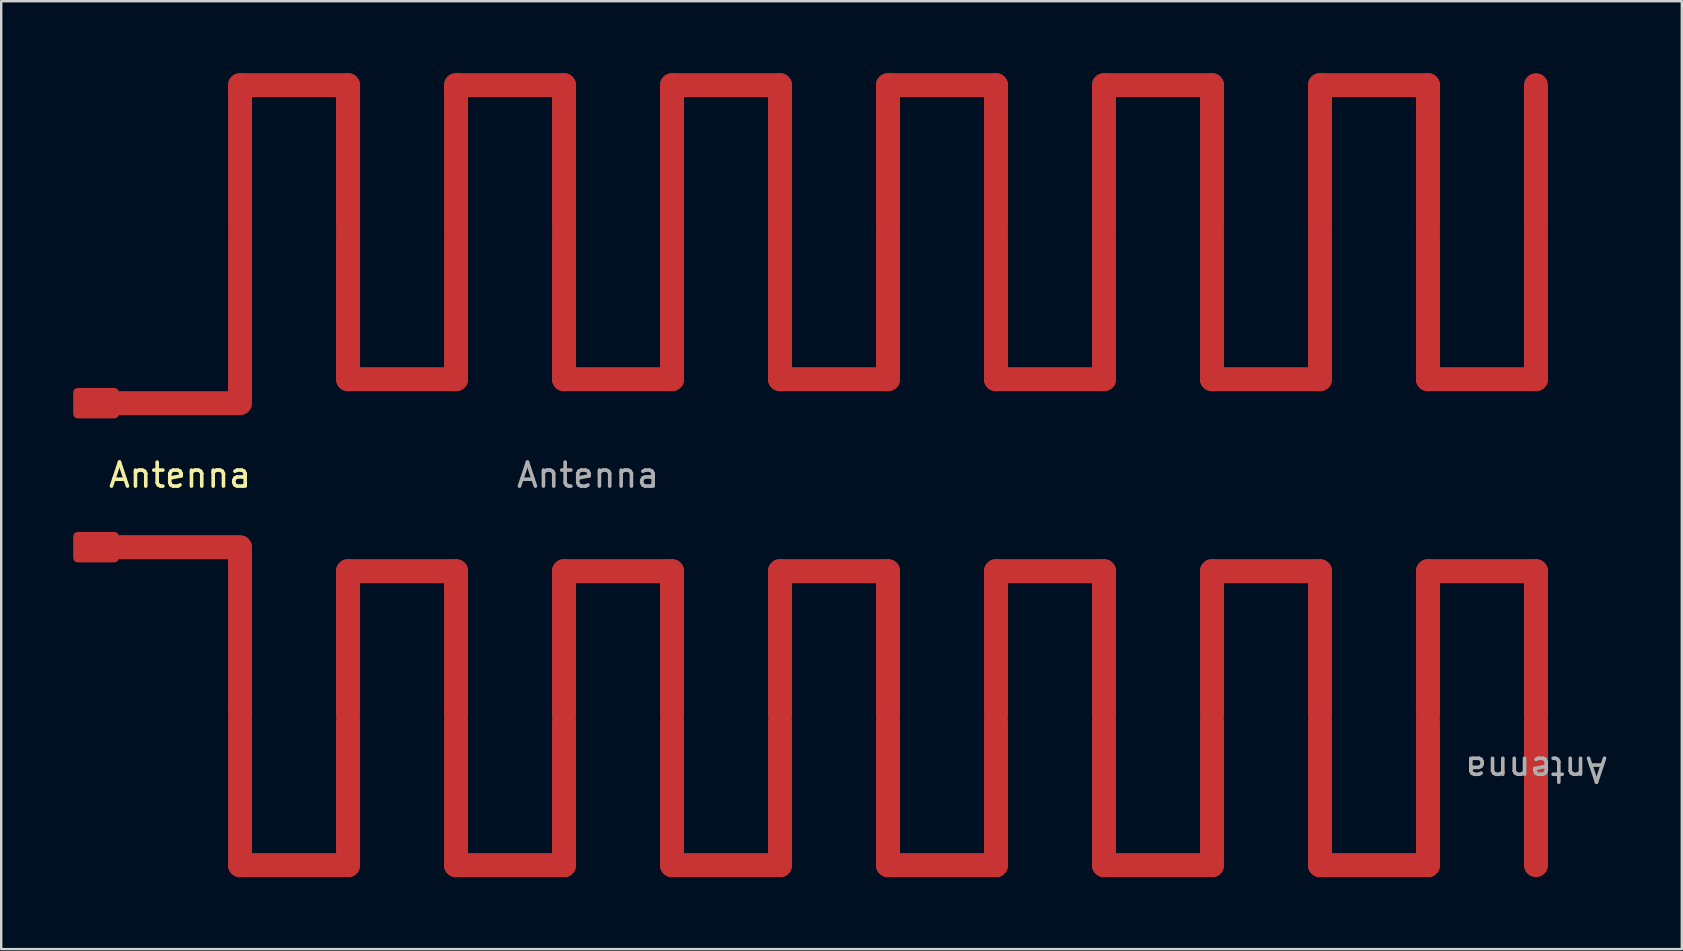
<source format=kicad_pcb>
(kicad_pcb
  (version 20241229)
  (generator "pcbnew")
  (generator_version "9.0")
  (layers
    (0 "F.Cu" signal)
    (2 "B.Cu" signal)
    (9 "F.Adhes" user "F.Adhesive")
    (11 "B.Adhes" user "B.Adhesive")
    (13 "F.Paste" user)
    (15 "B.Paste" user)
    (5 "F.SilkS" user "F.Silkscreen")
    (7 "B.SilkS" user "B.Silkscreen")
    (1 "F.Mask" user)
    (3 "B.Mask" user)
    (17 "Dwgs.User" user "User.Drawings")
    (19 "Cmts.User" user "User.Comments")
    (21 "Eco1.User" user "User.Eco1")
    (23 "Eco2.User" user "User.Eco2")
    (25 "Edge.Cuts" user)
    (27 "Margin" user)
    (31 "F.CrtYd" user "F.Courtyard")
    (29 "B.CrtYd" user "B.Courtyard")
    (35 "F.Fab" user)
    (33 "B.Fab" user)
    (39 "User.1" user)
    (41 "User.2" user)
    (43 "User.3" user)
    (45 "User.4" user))
  (footprint "Antenna"
    (layer "F.Cu")
    (at 6.952 16.75)
    (property "Reference" "Antenna" (at -2.5 0 0) (unlocked yes) (layer "F.SilkS") (effects (font (size 1 1) (thickness 0.15))))
    (attr smd)
    (fp_line (start -5 3) (end 0 3) (stroke (width 1) (type solid)) (layer "F.Cu"))
    (fp_line (start 0 -10.25) (end 0 -16.25) (stroke (width 1) (type solid)) (layer "F.Cu"))
    (fp_line (start 0 -3.25) (end 0 -10) (stroke (width 1) (type solid)) (layer "F.Cu"))
    (fp_line (start 0 -3) (end -5.048 -3) (stroke (width 1) (type solid)) (layer "F.Cu"))
    (fp_line (start 0 3.25) (end 0 10) (stroke (width 1) (type solid)) (layer "F.Cu"))
    (fp_line (start 0 10.25) (end 0 16.25) (stroke (width 1) (type solid)) (layer "F.Cu"))
    (fp_line (start 4.5 -16.25) (end 0 -16.25) (stroke (width 1) (type solid)) (layer "F.Cu"))
    (fp_line (start 4.5 -10.25) (end 4.5 -16.25) (stroke (width 1) (type solid)) (layer "F.Cu"))
    (fp_line (start 4.5 -4) (end 4.5 -10) (stroke (width 1) (type solid)) (layer "F.Cu"))
    (fp_line (start 4.5 -4) (end 9 -4) (stroke (width 1) (type solid)) (layer "F.Cu"))
    (fp_line (start 4.5 4) (end 4.5 10) (stroke (width 1) (type solid)) (layer "F.Cu"))
    (fp_line (start 4.5 4) (end 9 4) (stroke (width 1) (type solid)) (layer "F.Cu"))
    (fp_line (start 4.5 10.25) (end 4.5 16.25) (stroke (width 1) (type solid)) (layer "F.Cu"))
    (fp_line (start 4.5 16.25) (end 0 16.25) (stroke (width 1) (type solid)) (layer "F.Cu"))
    (fp_line (start 9 -16.25) (end 13.5 -16.25) (stroke (width 1) (type solid)) (layer "F.Cu"))
    (fp_line (start 9 -10.25) (end 9 -16.25) (stroke (width 1) (type solid)) (layer "F.Cu"))
    (fp_line (start 9 -4) (end 9 -10) (stroke (width 1) (type solid)) (layer "F.Cu"))
    (fp_line (start 9 4) (end 9 10) (stroke (width 1) (type solid)) (layer "F.Cu"))
    (fp_line (start 9 10.25) (end 9 16.25) (stroke (width 1) (type solid)) (layer "F.Cu"))
    (fp_line (start 9 16.25) (end 13.5 16.25) (stroke (width 1) (type solid)) (layer "F.Cu"))
    (fp_line (start 13.5 -10.25) (end 13.5 -16.25) (stroke (width 1) (type solid)) (layer "F.Cu"))
    (fp_line (start 13.5 -4) (end 13.5 -10) (stroke (width 1) (type solid)) (layer "F.Cu"))
    (fp_line (start 13.5 -4) (end 18 -4) (stroke (width 1) (type solid)) (layer "F.Cu"))
    (fp_line (start 13.5 4) (end 13.5 10) (stroke (width 1) (type solid)) (layer "F.Cu"))
    (fp_line (start 13.5 4) (end 18 4) (stroke (width 1) (type solid)) (layer "F.Cu"))
    (fp_line (start 13.5 10.25) (end 13.5 16.25) (stroke (width 1) (type solid)) (layer "F.Cu"))
    (fp_line (start 18 -16.25) (end 22.5 -16.25) (stroke (width 1) (type solid)) (layer "F.Cu"))
    (fp_line (start 18 -10.25) (end 18 -16.25) (stroke (width 1) (type solid)) (layer "F.Cu"))
    (fp_line (start 18 -4) (end 18 -10) (stroke (width 1) (type solid)) (layer "F.Cu"))
    (fp_line (start 18 4) (end 18 10) (stroke (width 1) (type solid)) (layer "F.Cu"))
    (fp_line (start 18 10.25) (end 18 16.25) (stroke (width 1) (type solid)) (layer "F.Cu"))
    (fp_line (start 18 16.25) (end 22.5 16.25) (stroke (width 1) (type solid)) (layer "F.Cu"))
    (fp_line (start 22.5 -10.25) (end 22.5 -16.25) (stroke (width 1) (type solid)) (layer "F.Cu"))
    (fp_line (start 22.5 -4) (end 22.5 -10) (stroke (width 1) (type solid)) (layer "F.Cu"))
    (fp_line (start 22.5 -4) (end 27 -4) (stroke (width 1) (type solid)) (layer "F.Cu"))
    (fp_line (start 22.5 4) (end 22.5 10) (stroke (width 1) (type solid)) (layer "F.Cu"))
    (fp_line (start 22.5 4) (end 27 4) (stroke (width 1) (type solid)) (layer "F.Cu"))
    (fp_line (start 22.5 10.25) (end 22.5 16.25) (stroke (width 1) (type solid)) (layer "F.Cu"))
    (fp_line (start 27 -16.25) (end 31.5 -16.25) (stroke (width 1) (type solid)) (layer "F.Cu"))
    (fp_line (start 27 -10.25) (end 27 -16.25) (stroke (width 1) (type solid)) (layer "F.Cu"))
    (fp_line (start 27 -4) (end 27 -10) (stroke (width 1) (type solid)) (layer "F.Cu"))
    (fp_line (start 27 4) (end 27 10) (stroke (width 1) (type solid)) (layer "F.Cu"))
    (fp_line (start 27 10.25) (end 27 16.25) (stroke (width 1) (type solid)) (layer "F.Cu"))
    (fp_line (start 27 16.25) (end 31.5 16.25) (stroke (width 1) (type solid)) (layer "F.Cu"))
    (fp_line (start 31.5 -10.25) (end 31.5 -16.25) (stroke (width 1) (type solid)) (layer "F.Cu"))
    (fp_line (start 31.5 -4) (end 31.5 -10) (stroke (width 1) (type solid)) (layer "F.Cu"))
    (fp_line (start 31.5 -4) (end 36 -4) (stroke (width 1) (type solid)) (layer "F.Cu"))
    (fp_line (start 31.5 4) (end 31.5 10) (stroke (width 1) (type solid)) (layer "F.Cu"))
    (fp_line (start 31.5 4) (end 36 4) (stroke (width 1) (type solid)) (layer "F.Cu"))
    (fp_line (start 31.5 10.25) (end 31.5 16.25) (stroke (width 1) (type solid)) (layer "F.Cu"))
    (fp_line (start 36 -16.25) (end 40.5 -16.25) (stroke (width 1) (type solid)) (layer "F.Cu"))
    (fp_line (start 36 -10.25) (end 36 -16.25) (stroke (width 1) (type solid)) (layer "F.Cu"))
    (fp_line (start 36 -4) (end 36 -10) (stroke (width 1) (type solid)) (layer "F.Cu"))
    (fp_line (start 36 4) (end 36 10) (stroke (width 1) (type solid)) (layer "F.Cu"))
    (fp_line (start 36 10.25) (end 36 16.25) (stroke (width 1) (type solid)) (layer "F.Cu"))
    (fp_line (start 36 16.25) (end 40.5 16.25) (stroke (width 1) (type solid)) (layer "F.Cu"))
    (fp_line (start 40.5 -10.25) (end 40.5 -16.25) (stroke (width 1) (type solid)) (layer "F.Cu"))
    (fp_line (start 40.5 -4) (end 40.5 -10) (stroke (width 1) (type solid)) (layer "F.Cu"))
    (fp_line (start 40.5 -4) (end 45 -4) (stroke (width 1) (type solid)) (layer "F.Cu"))
    (fp_line (start 40.5 4) (end 40.5 10) (stroke (width 1) (type solid)) (layer "F.Cu"))
    (fp_line (start 40.5 4) (end 45 4) (stroke (width 1) (type solid)) (layer "F.Cu"))
    (fp_line (start 40.5 10.25) (end 40.5 16.25) (stroke (width 1) (type solid)) (layer "F.Cu"))
    (fp_line (start 45 -16.25) (end 49.5 -16.25) (stroke (width 1) (type solid)) (layer "F.Cu"))
    (fp_line (start 45 -10.25) (end 45 -16.25) (stroke (width 1) (type solid)) (layer "F.Cu"))
    (fp_line (start 45 -4) (end 45 -10) (stroke (width 1) (type solid)) (layer "F.Cu"))
    (fp_line (start 45 4) (end 45 10) (stroke (width 1) (type solid)) (layer "F.Cu"))
    (fp_line (start 45 10.25) (end 45 16.25) (stroke (width 1) (type solid)) (layer "F.Cu"))
    (fp_line (start 45 16.25) (end 49.5 16.25) (stroke (width 1) (type solid)) (layer "F.Cu"))
    (fp_line (start 49.5 -10.25) (end 49.5 -16.25) (stroke (width 1) (type solid)) (layer "F.Cu"))
    (fp_line (start 49.5 -4) (end 49.5 -10) (stroke (width 1) (type solid)) (layer "F.Cu"))
    (fp_line (start 49.5 -4) (end 54 -4) (stroke (width 1) (type solid)) (layer "F.Cu"))
    (fp_line (start 49.5 4) (end 49.5 10) (stroke (width 1) (type solid)) (layer "F.Cu"))
    (fp_line (start 49.5 4) (end 54 4) (stroke (width 1) (type solid)) (layer "F.Cu"))
    (fp_line (start 49.5 10.25) (end 49.5 16.25) (stroke (width 1) (type solid)) (layer "F.Cu"))
    (fp_line (start 54 -10.25) (end 54 -16.25) (stroke (width 1) (type solid)) (layer "F.Cu"))
    (fp_line (start 54 -4) (end 54 -10) (stroke (width 1) (type solid)) (layer "F.Cu"))
    (fp_line (start 54 4) (end 54 10) (stroke (width 1) (type solid)) (layer "F.Cu"))
    (fp_line (start 54 10.25) (end 54 16.25) (stroke (width 1) (type solid)) (layer "F.Cu"))
    (fp_text user "${REFERENCE}" (at 14.5 0 0) (unlocked yes) (layer "F.Fab") (effects (font (size 1 1) (thickness 0.15))))
    (fp_text user "${REFERENCE}" (at 54 12.25 180) (unlocked yes) (layer "F.Fab") (effects (font (size 1 1) (thickness 0.15))))
    (pad "1" smd roundrect (at -6 -3) (size 1.905 1.27) (layers "F.Cu" "F.Mask" "F.Paste") (roundrect_rratio 0.15))
    (pad "2" smd roundrect (at -6 3 180) (size 1.905 1.27) (layers "F.Cu" "F.Mask" "F.Paste") (roundrect_rratio 0.15)))
  (gr_rect
    (start -3 -3)
    (end 67.03 36.5)
    (stroke (width 0.1) (type default))
    (fill no)
    (layer "Edge.Cuts")))
</source>
